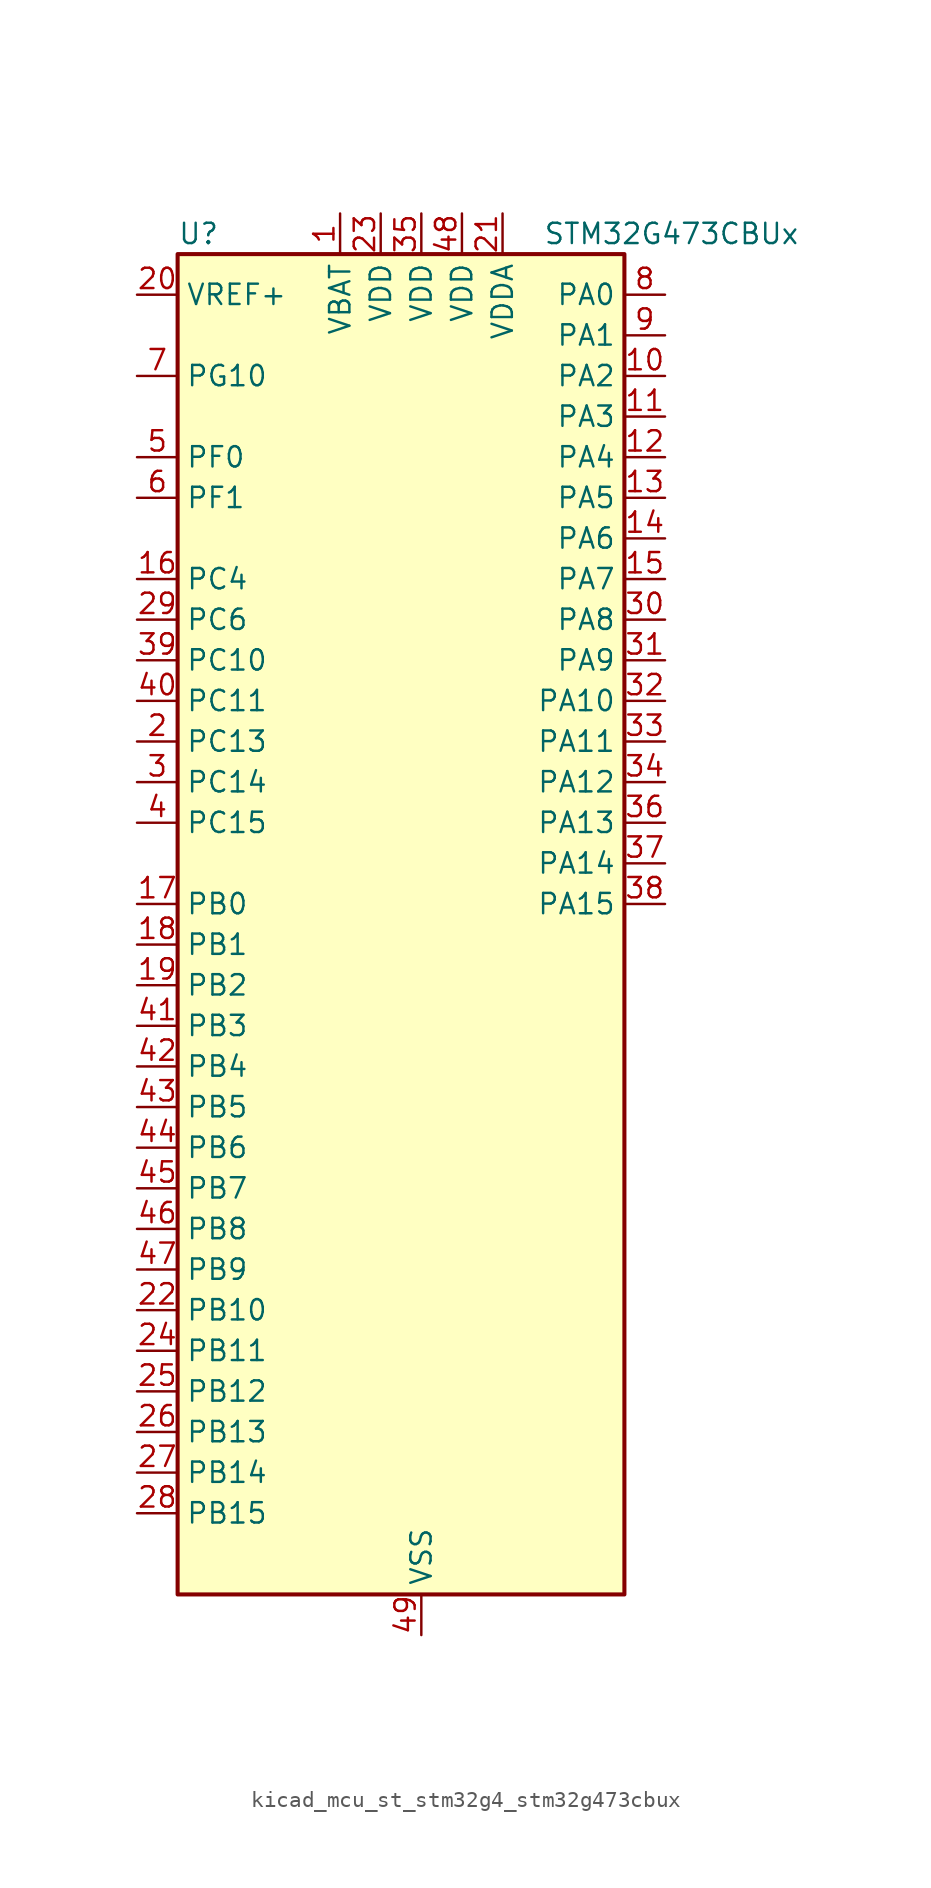
<source format=kicad_sym>
(kicad_symbol_lib
  (version 20220914)
  (generator kicad_symbol_editor)
  (symbol "kicad_mcu_st_stm32g4_stm32g473cbux"
    (property "Reference" "U"
      (at -12.7 44.45 0)
      (effects (font (size 1.27 1.27)) (justify left)))
    (property "Value" "STM32G473CBUx"
      (at 10.16 44.45 0)
      (effects (font (size 1.27 1.27)) (justify left)))
    (property "ki_locked" ""
      (at 0 0 0)
      (effects (font (size 1.27 1.27))))
    (symbol "kicad_mcu_st_stm32g4_stm32g473cbux_0_1"
      (rectangle (start -12.7 -40.64) (end 15.24 43.18) (stroke (width 0.254) (type default)) (fill (type background))))
    (symbol "kicad_mcu_st_stm32g4_stm32g473cbux_1_1"
      (pin power_in line (at -2.54 45.72 270) (length 2.54) (name "VBAT" (effects (font (size 1.27 1.27)))) (number "1" (effects (font (size 1.27 1.27)))))
      (pin bidirectional line (at 17.78 35.56 180) (length 2.54) (name "PA2" (effects (font (size 1.27 1.27)))) (number "10" (effects (font (size 1.27 1.27)))) (alternate "ADC1_IN3" bidirectional line) (alternate "ADC3_EXTI2" bidirectional line) (alternate "ADC4_EXTI2" bidirectional line) (alternate "ADC5_EXTI2" bidirectional line) (alternate "COMP2_INM" bidirectional line) (alternate "COMP2_OUT" bidirectional line) (alternate "LPUART1_TX" bidirectional line) (alternate "OPAMP1_VOUT" bidirectional line) (alternate "QUADSPI1_BK1_NCS" bidirectional line) (alternate "RCC_LSCO" bidirectional line) (alternate "SYS_WKUP4" bidirectional line) (alternate "TIM15_CH1" bidirectional line) (alternate "TIM2_CH3" bidirectional line) (alternate "TIM5_CH3" bidirectional line) (alternate "UCPD1_FRSTX1" bidirectional line) (alternate "UCPD1_FRSTX2" bidirectional line) (alternate "USART2_TX" bidirectional line))
      (pin bidirectional line (at 17.78 33.02 180) (length 2.54) (name "PA3" (effects (font (size 1.27 1.27)))) (number "11" (effects (font (size 1.27 1.27)))) (alternate "ADC1_IN4" bidirectional line) (alternate "ADC3_EXTI3" bidirectional line) (alternate "ADC4_EXTI3" bidirectional line) (alternate "ADC5_EXTI3" bidirectional line) (alternate "COMP2_INP" bidirectional line) (alternate "LPUART1_RX" bidirectional line) (alternate "OPAMP1_VINM" bidirectional line) (alternate "OPAMP1_VINM0" bidirectional line) (alternate "OPAMP1_VINM_SEC" bidirectional line) (alternate "OPAMP1_VINP" bidirectional line) (alternate "OPAMP1_VINP_SEC" bidirectional line) (alternate "OPAMP5_VINM" bidirectional line) (alternate "OPAMP5_VINM1" bidirectional line) (alternate "OPAMP5_VINM_SEC" bidirectional line) (alternate "QUADSPI1_CLK" bidirectional line) (alternate "SAI1_CK1" bidirectional line) (alternate "SAI1_MCLK_A" bidirectional line) (alternate "TIM15_CH2" bidirectional line) (alternate "TIM2_CH4" bidirectional line) (alternate "TIM5_CH4" bidirectional line) (alternate "USART2_RX" bidirectional line))
      (pin bidirectional line (at 17.78 30.48 180) (length 2.54) (name "PA4" (effects (font (size 1.27 1.27)))) (number "12" (effects (font (size 1.27 1.27)))) (alternate "ADC2_IN17" bidirectional line) (alternate "COMP1_INM" bidirectional line) (alternate "DAC1_OUT1" bidirectional line) (alternate "I2S3_WS" bidirectional line) (alternate "SAI1_FS_B" bidirectional line) (alternate "SPI1_NSS" bidirectional line) (alternate "SPI3_NSS" bidirectional line) (alternate "TIM3_CH2" bidirectional line) (alternate "USART2_CK" bidirectional line))
      (pin bidirectional line (at 17.78 27.94 180) (length 2.54) (name "PA5" (effects (font (size 1.27 1.27)))) (number "13" (effects (font (size 1.27 1.27)))) (alternate "ADC2_IN13" bidirectional line) (alternate "COMP2_INM" bidirectional line) (alternate "DAC1_OUT2" bidirectional line) (alternate "OPAMP2_VINM" bidirectional line) (alternate "OPAMP2_VINM0" bidirectional line) (alternate "OPAMP2_VINM_SEC" bidirectional line) (alternate "SPI1_SCK" bidirectional line) (alternate "TIM2_CH1" bidirectional line) (alternate "TIM2_ETR" bidirectional line) (alternate "UCPD1_FRSTX1" bidirectional line) (alternate "UCPD1_FRSTX2" bidirectional line))
      (pin bidirectional line (at 17.78 25.4 180) (length 2.54) (name "PA6" (effects (font (size 1.27 1.27)))) (number "14" (effects (font (size 1.27 1.27)))) (alternate "ADC2_IN3" bidirectional line) (alternate "COMP1_OUT" bidirectional line) (alternate "DAC2_OUT1" bidirectional line) (alternate "LPUART1_CTS" bidirectional line) (alternate "OPAMP2_VOUT" bidirectional line) (alternate "QUADSPI1_BK1_IO3" bidirectional line) (alternate "SPI1_MISO" bidirectional line) (alternate "TIM16_CH1" bidirectional line) (alternate "TIM1_BKIN" bidirectional line) (alternate "TIM3_CH1" bidirectional line) (alternate "TIM8_BKIN" bidirectional line))
      (pin bidirectional line (at 17.78 22.86 180) (length 2.54) (name "PA7" (effects (font (size 1.27 1.27)))) (number "15" (effects (font (size 1.27 1.27)))) (alternate "ADC2_IN4" bidirectional line) (alternate "COMP2_INP" bidirectional line) (alternate "COMP2_OUT" bidirectional line) (alternate "OPAMP1_VINP" bidirectional line) (alternate "OPAMP1_VINP_SEC" bidirectional line) (alternate "OPAMP2_VINP" bidirectional line) (alternate "OPAMP2_VINP_SEC" bidirectional line) (alternate "QUADSPI1_BK1_IO2" bidirectional line) (alternate "SPI1_MOSI" bidirectional line) (alternate "TIM17_CH1" bidirectional line) (alternate "TIM1_CH1N" bidirectional line) (alternate "TIM3_CH2" bidirectional line) (alternate "TIM8_CH1N" bidirectional line) (alternate "UCPD1_FRSTX1" bidirectional line) (alternate "UCPD1_FRSTX2" bidirectional line))
      (pin bidirectional line (at -15.24 22.86 0) (length 2.54) (name "PC4" (effects (font (size 1.27 1.27)))) (number "16" (effects (font (size 1.27 1.27)))) (alternate "ADC2_IN5" bidirectional line) (alternate "I2C2_SCL" bidirectional line) (alternate "QUADSPI1_BK2_IO3" bidirectional line) (alternate "TIM1_ETR" bidirectional line) (alternate "USART1_TX" bidirectional line))
      (pin bidirectional line (at -15.24 2.54 0) (length 2.54) (name "PB0" (effects (font (size 1.27 1.27)))) (number "17" (effects (font (size 1.27 1.27)))) (alternate "ADC1_IN15" bidirectional line) (alternate "ADC3_IN12" bidirectional line) (alternate "COMP4_INP" bidirectional line) (alternate "OPAMP2_VINP" bidirectional line) (alternate "OPAMP2_VINP_SEC" bidirectional line) (alternate "OPAMP3_VINP" bidirectional line) (alternate "OPAMP3_VINP_SEC" bidirectional line) (alternate "QUADSPI1_BK1_IO1" bidirectional line) (alternate "TIM1_CH2N" bidirectional line) (alternate "TIM3_CH3" bidirectional line) (alternate "TIM8_CH2N" bidirectional line) (alternate "UCPD1_FRSTX1" bidirectional line) (alternate "UCPD1_FRSTX2" bidirectional line))
      (pin bidirectional line (at -15.24 0 0) (length 2.54) (name "PB1" (effects (font (size 1.27 1.27)))) (number "18" (effects (font (size 1.27 1.27)))) (alternate "ADC1_IN12" bidirectional line) (alternate "ADC3_IN1" bidirectional line) (alternate "COMP1_INP" bidirectional line) (alternate "COMP4_OUT" bidirectional line) (alternate "LPUART1_DE" bidirectional line) (alternate "LPUART1_RTS" bidirectional line) (alternate "OPAMP3_VOUT" bidirectional line) (alternate "OPAMP6_VINM" bidirectional line) (alternate "OPAMP6_VINM1" bidirectional line) (alternate "OPAMP6_VINM_SEC" bidirectional line) (alternate "QUADSPI1_BK1_IO0" bidirectional line) (alternate "TIM1_CH3N" bidirectional line) (alternate "TIM3_CH4" bidirectional line) (alternate "TIM8_CH3N" bidirectional line))
      (pin bidirectional line (at -15.24 -2.54 0) (length 2.54) (name "PB2" (effects (font (size 1.27 1.27)))) (number "19" (effects (font (size 1.27 1.27)))) (alternate "ADC2_IN12" bidirectional line) (alternate "ADC3_EXTI2" bidirectional line) (alternate "ADC4_EXTI2" bidirectional line) (alternate "ADC5_EXTI2" bidirectional line) (alternate "COMP4_INM" bidirectional line) (alternate "I2C3_SMBA" bidirectional line) (alternate "LPTIM1_OUT" bidirectional line) (alternate "OPAMP3_VINM" bidirectional line) (alternate "OPAMP3_VINM0" bidirectional line) (alternate "OPAMP3_VINM_SEC" bidirectional line) (alternate "QUADSPI1_BK2_IO1" bidirectional line) (alternate "RTC_OUT2" bidirectional line) (alternate "TIM20_CH1" bidirectional line) (alternate "TIM5_CH1" bidirectional line))
      (pin bidirectional line (at -15.24 12.7 0) (length 2.54) (name "PC13" (effects (font (size 1.27 1.27)))) (number "2" (effects (font (size 1.27 1.27)))) (alternate "RTC_OUT1" bidirectional line) (alternate "RTC_TAMP1" bidirectional line) (alternate "RTC_TS" bidirectional line) (alternate "SYS_WKUP2" bidirectional line) (alternate "TIM1_BKIN" bidirectional line) (alternate "TIM1_CH1N" bidirectional line) (alternate "TIM8_CH4N" bidirectional line))
      (pin input line (at -15.24 40.64 0) (length 2.54) (name "VREF+" (effects (font (size 1.27 1.27)))) (number "20" (effects (font (size 1.27 1.27)))) (alternate "VREFBUF_OUT" bidirectional line))
      (pin power_in line (at 7.62 45.72 270) (length 2.54) (name "VDDA" (effects (font (size 1.27 1.27)))) (number "21" (effects (font (size 1.27 1.27)))))
      (pin bidirectional line (at -15.24 -22.86 0) (length 2.54) (name "PB10" (effects (font (size 1.27 1.27)))) (number "22" (effects (font (size 1.27 1.27)))) (alternate "COMP5_INM" bidirectional line) (alternate "DAC1_EXTI10" bidirectional line) (alternate "DAC2_EXTI10" bidirectional line) (alternate "DAC3_EXTI10" bidirectional line) (alternate "DAC4_EXTI10" bidirectional line) (alternate "LPUART1_RX" bidirectional line) (alternate "OPAMP3_VINM" bidirectional line) (alternate "OPAMP3_VINM1" bidirectional line) (alternate "OPAMP3_VINM_SEC" bidirectional line) (alternate "OPAMP4_VINM" bidirectional line) (alternate "OPAMP4_VINM0" bidirectional line) (alternate "OPAMP4_VINM_SEC" bidirectional line) (alternate "QUADSPI1_CLK" bidirectional line) (alternate "SAI1_SCK_A" bidirectional line) (alternate "TIM1_BKIN" bidirectional line) (alternate "TIM2_CH3" bidirectional line) (alternate "USART3_TX" bidirectional line))
      (pin power_in line (at 0 45.72 270) (length 2.54) (name "VDD" (effects (font (size 1.27 1.27)))) (number "23" (effects (font (size 1.27 1.27)))))
      (pin bidirectional line (at -15.24 -25.4 0) (length 2.54) (name "PB11" (effects (font (size 1.27 1.27)))) (number "24" (effects (font (size 1.27 1.27)))) (alternate "ADC1_EXTI11" bidirectional line) (alternate "ADC1_IN14" bidirectional line) (alternate "ADC2_EXTI11" bidirectional line) (alternate "ADC2_IN14" bidirectional line) (alternate "COMP6_INP" bidirectional line) (alternate "LPUART1_TX" bidirectional line) (alternate "OPAMP4_VINP" bidirectional line) (alternate "OPAMP4_VINP_SEC" bidirectional line) (alternate "OPAMP6_VOUT" bidirectional line) (alternate "QUADSPI1_BK1_NCS" bidirectional line) (alternate "TIM2_CH4" bidirectional line) (alternate "USART3_RX" bidirectional line))
      (pin bidirectional line (at -15.24 -27.94 0) (length 2.54) (name "PB12" (effects (font (size 1.27 1.27)))) (number "25" (effects (font (size 1.27 1.27)))) (alternate "ADC1_IN11" bidirectional line) (alternate "ADC4_IN3" bidirectional line) (alternate "COMP7_INM" bidirectional line) (alternate "FDCAN2_RX" bidirectional line) (alternate "I2C2_SMBA" bidirectional line) (alternate "I2S2_WS" bidirectional line) (alternate "LPUART1_DE" bidirectional line) (alternate "LPUART1_RTS" bidirectional line) (alternate "OPAMP4_VOUT" bidirectional line) (alternate "OPAMP6_VINP" bidirectional line) (alternate "OPAMP6_VINP_SEC" bidirectional line) (alternate "SPI2_NSS" bidirectional line) (alternate "TIM1_BKIN" bidirectional line) (alternate "TIM5_ETR" bidirectional line) (alternate "USART3_CK" bidirectional line))
      (pin bidirectional line (at -15.24 -30.48 0) (length 2.54) (name "PB13" (effects (font (size 1.27 1.27)))) (number "26" (effects (font (size 1.27 1.27)))) (alternate "ADC3_IN5" bidirectional line) (alternate "COMP5_INP" bidirectional line) (alternate "FDCAN2_TX" bidirectional line) (alternate "I2S2_CK" bidirectional line) (alternate "LPUART1_CTS" bidirectional line) (alternate "OPAMP3_VINP" bidirectional line) (alternate "OPAMP3_VINP_SEC" bidirectional line) (alternate "OPAMP4_VINP" bidirectional line) (alternate "OPAMP4_VINP_SEC" bidirectional line) (alternate "OPAMP6_VINP" bidirectional line) (alternate "OPAMP6_VINP_SEC" bidirectional line) (alternate "SPI2_SCK" bidirectional line) (alternate "TIM1_CH1N" bidirectional line) (alternate "USART3_CTS" bidirectional line) (alternate "USART3_NSS" bidirectional line))
      (pin bidirectional line (at -15.24 -33.02 0) (length 2.54) (name "PB14" (effects (font (size 1.27 1.27)))) (number "27" (effects (font (size 1.27 1.27)))) (alternate "ADC1_IN5" bidirectional line) (alternate "ADC4_IN4" bidirectional line) (alternate "COMP4_OUT" bidirectional line) (alternate "COMP7_INP" bidirectional line) (alternate "OPAMP2_VINP" bidirectional line) (alternate "OPAMP2_VINP_SEC" bidirectional line) (alternate "OPAMP5_VINP" bidirectional line) (alternate "OPAMP5_VINP_SEC" bidirectional line) (alternate "SPI2_MISO" bidirectional line) (alternate "TIM15_CH1" bidirectional line) (alternate "TIM1_CH2N" bidirectional line) (alternate "USART3_DE" bidirectional line) (alternate "USART3_RTS" bidirectional line))
      (pin bidirectional line (at -15.24 -35.56 0) (length 2.54) (name "PB15" (effects (font (size 1.27 1.27)))) (number "28" (effects (font (size 1.27 1.27)))) (alternate "ADC1_EXTI15" bidirectional line) (alternate "ADC2_EXTI15" bidirectional line) (alternate "ADC2_IN15" bidirectional line) (alternate "ADC4_IN5" bidirectional line) (alternate "COMP3_OUT" bidirectional line) (alternate "COMP6_INM" bidirectional line) (alternate "I2S2_SD" bidirectional line) (alternate "OPAMP5_VINM" bidirectional line) (alternate "OPAMP5_VINM0" bidirectional line) (alternate "OPAMP5_VINM_SEC" bidirectional line) (alternate "RTC_REFIN" bidirectional line) (alternate "SPI2_MOSI" bidirectional line) (alternate "TIM15_CH1N" bidirectional line) (alternate "TIM15_CH2" bidirectional line) (alternate "TIM1_CH3N" bidirectional line))
      (pin bidirectional line (at -15.24 20.32 0) (length 2.54) (name "PC6" (effects (font (size 1.27 1.27)))) (number "29" (effects (font (size 1.27 1.27)))) (alternate "COMP6_OUT" bidirectional line) (alternate "I2C4_SCL" bidirectional line) (alternate "I2S2_MCK" bidirectional line) (alternate "TIM3_CH1" bidirectional line) (alternate "TIM8_CH1" bidirectional line))
      (pin bidirectional line (at -15.24 10.16 0) (length 2.54) (name "PC14" (effects (font (size 1.27 1.27)))) (number "3" (effects (font (size 1.27 1.27)))) (alternate "RCC_OSC32_IN" bidirectional line))
      (pin bidirectional line (at 17.78 20.32 180) (length 2.54) (name "PA8" (effects (font (size 1.27 1.27)))) (number "30" (effects (font (size 1.27 1.27)))) (alternate "ADC5_IN1" bidirectional line) (alternate "COMP7_OUT" bidirectional line) (alternate "FDCAN3_RX" bidirectional line) (alternate "I2C2_SDA" bidirectional line) (alternate "I2C3_SCL" bidirectional line) (alternate "I2S2_MCK" bidirectional line) (alternate "OPAMP5_VOUT" bidirectional line) (alternate "RCC_MCO" bidirectional line) (alternate "SAI1_CK2" bidirectional line) (alternate "SAI1_SCK_A" bidirectional line) (alternate "TIM1_CH1" bidirectional line) (alternate "TIM4_ETR" bidirectional line) (alternate "USART1_CK" bidirectional line))
      (pin bidirectional line (at 17.78 17.78 180) (length 2.54) (name "PA9" (effects (font (size 1.27 1.27)))) (number "31" (effects (font (size 1.27 1.27)))) (alternate "ADC5_IN2" bidirectional line) (alternate "COMP5_OUT" bidirectional line) (alternate "DAC1_EXTI9" bidirectional line) (alternate "DAC2_EXTI9" bidirectional line) (alternate "DAC3_EXTI9" bidirectional line) (alternate "DAC4_EXTI9" bidirectional line) (alternate "I2C2_SCL" bidirectional line) (alternate "I2C3_SMBA" bidirectional line) (alternate "I2S3_MCK" bidirectional line) (alternate "SAI1_FS_A" bidirectional line) (alternate "TIM15_BKIN" bidirectional line) (alternate "TIM1_CH2" bidirectional line) (alternate "TIM2_CH3" bidirectional line) (alternate "UCPD1_DBCC1" bidirectional line) (alternate "USART1_TX" bidirectional line))
      (pin bidirectional line (at 17.78 15.24 180) (length 2.54) (name "PA10" (effects (font (size 1.27 1.27)))) (number "32" (effects (font (size 1.27 1.27)))) (alternate "COMP6_OUT" bidirectional line) (alternate "CRS_SYNC" bidirectional line) (alternate "DAC1_EXTI10" bidirectional line) (alternate "DAC2_EXTI10" bidirectional line) (alternate "DAC3_EXTI10" bidirectional line) (alternate "DAC4_EXTI10" bidirectional line) (alternate "I2C2_SMBA" bidirectional line) (alternate "SAI1_D1" bidirectional line) (alternate "SAI1_SD_A" bidirectional line) (alternate "SPI2_MISO" bidirectional line) (alternate "TIM17_BKIN" bidirectional line) (alternate "TIM1_CH3" bidirectional line) (alternate "TIM2_CH4" bidirectional line) (alternate "TIM8_BKIN" bidirectional line) (alternate "UCPD1_DBCC2" bidirectional line) (alternate "USART1_RX" bidirectional line))
      (pin bidirectional line (at 17.78 12.7 180) (length 2.54) (name "PA11" (effects (font (size 1.27 1.27)))) (number "33" (effects (font (size 1.27 1.27)))) (alternate "ADC1_EXTI11" bidirectional line) (alternate "ADC2_EXTI11" bidirectional line) (alternate "COMP1_OUT" bidirectional line) (alternate "FDCAN1_RX" bidirectional line) (alternate "I2S2_SD" bidirectional line) (alternate "SPI2_MOSI" bidirectional line) (alternate "TIM1_BKIN2" bidirectional line) (alternate "TIM1_CH1N" bidirectional line) (alternate "TIM1_CH4" bidirectional line) (alternate "TIM4_CH1" bidirectional line) (alternate "USART1_CTS" bidirectional line) (alternate "USART1_NSS" bidirectional line) (alternate "USB_DM" bidirectional line))
      (pin bidirectional line (at 17.78 10.16 180) (length 2.54) (name "PA12" (effects (font (size 1.27 1.27)))) (number "34" (effects (font (size 1.27 1.27)))) (alternate "COMP2_OUT" bidirectional line) (alternate "FDCAN1_TX" bidirectional line) (alternate "I2S_CKIN" bidirectional line) (alternate "TIM16_CH1" bidirectional line) (alternate "TIM1_CH2N" bidirectional line) (alternate "TIM1_ETR" bidirectional line) (alternate "TIM4_CH2" bidirectional line) (alternate "USART1_DE" bidirectional line) (alternate "USART1_RTS" bidirectional line) (alternate "USB_DP" bidirectional line))
      (pin power_in line (at 2.54 45.72 270) (length 2.54) (name "VDD" (effects (font (size 1.27 1.27)))) (number "35" (effects (font (size 1.27 1.27)))))
      (pin bidirectional line (at 17.78 7.62 180) (length 2.54) (name "PA13" (effects (font (size 1.27 1.27)))) (number "36" (effects (font (size 1.27 1.27)))) (alternate "I2C1_SCL" bidirectional line) (alternate "I2C4_SCL" bidirectional line) (alternate "IR_OUT" bidirectional line) (alternate "SAI1_SD_B" bidirectional line) (alternate "SYS_JTMS-SWDIO" bidirectional line) (alternate "TIM16_CH1N" bidirectional line) (alternate "TIM4_CH3" bidirectional line) (alternate "USART3_CTS" bidirectional line) (alternate "USART3_NSS" bidirectional line))
      (pin bidirectional line (at 17.78 5.08 180) (length 2.54) (name "PA14" (effects (font (size 1.27 1.27)))) (number "37" (effects (font (size 1.27 1.27)))) (alternate "I2C1_SDA" bidirectional line) (alternate "I2C4_SMBA" bidirectional line) (alternate "LPTIM1_OUT" bidirectional line) (alternate "SAI1_FS_B" bidirectional line) (alternate "SYS_JTCK-SWCLK" bidirectional line) (alternate "TIM1_BKIN" bidirectional line) (alternate "TIM8_CH2" bidirectional line) (alternate "USART2_TX" bidirectional line))
      (pin bidirectional line (at 17.78 2.54 180) (length 2.54) (name "PA15" (effects (font (size 1.27 1.27)))) (number "38" (effects (font (size 1.27 1.27)))) (alternate "ADC1_EXTI15" bidirectional line) (alternate "ADC2_EXTI15" bidirectional line) (alternate "FDCAN3_TX" bidirectional line) (alternate "I2C1_SCL" bidirectional line) (alternate "I2S3_WS" bidirectional line) (alternate "SPI1_NSS" bidirectional line) (alternate "SPI3_NSS" bidirectional line) (alternate "SYS_JTDI" bidirectional line) (alternate "TIM1_BKIN" bidirectional line) (alternate "TIM2_CH1" bidirectional line) (alternate "TIM2_ETR" bidirectional line) (alternate "TIM8_CH1" bidirectional line) (alternate "UART4_DE" bidirectional line) (alternate "UART4_RTS" bidirectional line) (alternate "USART2_RX" bidirectional line))
      (pin bidirectional line (at -15.24 17.78 0) (length 2.54) (name "PC10" (effects (font (size 1.27 1.27)))) (number "39" (effects (font (size 1.27 1.27)))) (alternate "DAC1_EXTI10" bidirectional line) (alternate "DAC2_EXTI10" bidirectional line) (alternate "DAC3_EXTI10" bidirectional line) (alternate "DAC4_EXTI10" bidirectional line) (alternate "I2S3_CK" bidirectional line) (alternate "SPI3_SCK" bidirectional line) (alternate "TIM8_CH1N" bidirectional line) (alternate "UART4_TX" bidirectional line) (alternate "USART3_TX" bidirectional line))
      (pin bidirectional line (at -15.24 7.62 0) (length 2.54) (name "PC15" (effects (font (size 1.27 1.27)))) (number "4" (effects (font (size 1.27 1.27)))) (alternate "ADC1_EXTI15" bidirectional line) (alternate "ADC2_EXTI15" bidirectional line) (alternate "RCC_OSC32_OUT" bidirectional line))
      (pin bidirectional line (at -15.24 15.24 0) (length 2.54) (name "PC11" (effects (font (size 1.27 1.27)))) (number "40" (effects (font (size 1.27 1.27)))) (alternate "ADC1_EXTI11" bidirectional line) (alternate "ADC2_EXTI11" bidirectional line) (alternate "I2C3_SDA" bidirectional line) (alternate "SPI3_MISO" bidirectional line) (alternate "TIM8_CH2N" bidirectional line) (alternate "UART4_RX" bidirectional line) (alternate "USART3_RX" bidirectional line))
      (pin bidirectional line (at -15.24 -5.08 0) (length 2.54) (name "PB3" (effects (font (size 1.27 1.27)))) (number "41" (effects (font (size 1.27 1.27)))) (alternate "ADC3_EXTI3" bidirectional line) (alternate "ADC4_EXTI3" bidirectional line) (alternate "ADC5_EXTI3" bidirectional line) (alternate "CRS_SYNC" bidirectional line) (alternate "FDCAN3_RX" bidirectional line) (alternate "I2S3_CK" bidirectional line) (alternate "SAI1_SCK_B" bidirectional line) (alternate "SPI1_SCK" bidirectional line) (alternate "SPI3_SCK" bidirectional line) (alternate "SYS_JTDO-SWO" bidirectional line) (alternate "TIM2_CH2" bidirectional line) (alternate "TIM3_ETR" bidirectional line) (alternate "TIM4_ETR" bidirectional line) (alternate "TIM8_CH1N" bidirectional line) (alternate "USART2_TX" bidirectional line))
      (pin bidirectional line (at -15.24 -7.62 0) (length 2.54) (name "PB4" (effects (font (size 1.27 1.27)))) (number "42" (effects (font (size 1.27 1.27)))) (alternate "FDCAN3_TX" bidirectional line) (alternate "SAI1_MCLK_B" bidirectional line) (alternate "SPI1_MISO" bidirectional line) (alternate "SPI3_MISO" bidirectional line) (alternate "SYS_JTRST" bidirectional line) (alternate "TIM16_CH1" bidirectional line) (alternate "TIM17_BKIN" bidirectional line) (alternate "TIM3_CH1" bidirectional line) (alternate "TIM8_CH2N" bidirectional line) (alternate "UCPD1_CC2" bidirectional line) (alternate "USART2_RX" bidirectional line))
      (pin bidirectional line (at -15.24 -10.16 0) (length 2.54) (name "PB5" (effects (font (size 1.27 1.27)))) (number "43" (effects (font (size 1.27 1.27)))) (alternate "FDCAN2_RX" bidirectional line) (alternate "I2C1_SMBA" bidirectional line) (alternate "I2C3_SDA" bidirectional line) (alternate "I2S3_SD" bidirectional line) (alternate "LPTIM1_IN1" bidirectional line) (alternate "SAI1_SD_B" bidirectional line) (alternate "SPI1_MOSI" bidirectional line) (alternate "SPI3_MOSI" bidirectional line) (alternate "TIM16_BKIN" bidirectional line) (alternate "TIM17_CH1" bidirectional line) (alternate "TIM3_CH2" bidirectional line) (alternate "TIM8_CH3N" bidirectional line) (alternate "USART2_CK" bidirectional line))
      (pin bidirectional line (at -15.24 -12.7 0) (length 2.54) (name "PB6" (effects (font (size 1.27 1.27)))) (number "44" (effects (font (size 1.27 1.27)))) (alternate "COMP4_OUT" bidirectional line) (alternate "FDCAN2_TX" bidirectional line) (alternate "LPTIM1_ETR" bidirectional line) (alternate "SAI1_FS_B" bidirectional line) (alternate "TIM16_CH1N" bidirectional line) (alternate "TIM4_CH1" bidirectional line) (alternate "TIM8_BKIN2" bidirectional line) (alternate "TIM8_CH1" bidirectional line) (alternate "TIM8_ETR" bidirectional line) (alternate "UCPD1_CC1" bidirectional line) (alternate "USART1_TX" bidirectional line))
      (pin bidirectional line (at -15.24 -15.24 0) (length 2.54) (name "PB7" (effects (font (size 1.27 1.27)))) (number "45" (effects (font (size 1.27 1.27)))) (alternate "COMP3_OUT" bidirectional line) (alternate "I2C1_SDA" bidirectional line) (alternate "I2C4_SDA" bidirectional line) (alternate "LPTIM1_IN2" bidirectional line) (alternate "SYS_PVD_IN" bidirectional line) (alternate "TIM17_CH1N" bidirectional line) (alternate "TIM3_CH4" bidirectional line) (alternate "TIM4_CH2" bidirectional line) (alternate "TIM8_BKIN" bidirectional line) (alternate "UART4_CTS" bidirectional line) (alternate "USART1_RX" bidirectional line))
      (pin bidirectional line (at -15.24 -17.78 0) (length 2.54) (name "PB8" (effects (font (size 1.27 1.27)))) (number "46" (effects (font (size 1.27 1.27)))) (alternate "COMP1_OUT" bidirectional line) (alternate "FDCAN1_RX" bidirectional line) (alternate "I2C1_SCL" bidirectional line) (alternate "SAI1_CK1" bidirectional line) (alternate "SAI1_MCLK_A" bidirectional line) (alternate "TIM16_CH1" bidirectional line) (alternate "TIM1_BKIN" bidirectional line) (alternate "TIM4_CH3" bidirectional line) (alternate "TIM8_CH2" bidirectional line) (alternate "USART3_RX" bidirectional line))
      (pin bidirectional line (at -15.24 -20.32 0) (length 2.54) (name "PB9" (effects (font (size 1.27 1.27)))) (number "47" (effects (font (size 1.27 1.27)))) (alternate "COMP2_OUT" bidirectional line) (alternate "DAC1_EXTI9" bidirectional line) (alternate "DAC2_EXTI9" bidirectional line) (alternate "DAC3_EXTI9" bidirectional line) (alternate "DAC4_EXTI9" bidirectional line) (alternate "FDCAN1_TX" bidirectional line) (alternate "I2C1_SDA" bidirectional line) (alternate "IR_OUT" bidirectional line) (alternate "SAI1_D2" bidirectional line) (alternate "SAI1_FS_A" bidirectional line) (alternate "TIM17_CH1" bidirectional line) (alternate "TIM1_CH3N" bidirectional line) (alternate "TIM4_CH4" bidirectional line) (alternate "TIM8_CH3" bidirectional line) (alternate "USART3_TX" bidirectional line))
      (pin power_in line (at 5.08 45.72 270) (length 2.54) (name "VDD" (effects (font (size 1.27 1.27)))) (number "48" (effects (font (size 1.27 1.27)))))
      (pin power_in line (at 2.54 -43.18 90) (length 2.54) (name "VSS" (effects (font (size 1.27 1.27)))) (number "49" (effects (font (size 1.27 1.27)))))
      (pin bidirectional line (at -15.24 30.48 0) (length 2.54) (name "PF0" (effects (font (size 1.27 1.27)))) (number "5" (effects (font (size 1.27 1.27)))) (alternate "ADC1_IN10" bidirectional line) (alternate "I2C2_SDA" bidirectional line) (alternate "I2S2_WS" bidirectional line) (alternate "RCC_OSC_IN" bidirectional line) (alternate "SPI2_NSS" bidirectional line) (alternate "TIM1_CH3N" bidirectional line))
      (pin bidirectional line (at -15.24 27.94 0) (length 2.54) (name "PF1" (effects (font (size 1.27 1.27)))) (number "6" (effects (font (size 1.27 1.27)))) (alternate "ADC2_IN10" bidirectional line) (alternate "COMP3_INM" bidirectional line) (alternate "I2S2_CK" bidirectional line) (alternate "RCC_OSC_OUT" bidirectional line) (alternate "SPI2_SCK" bidirectional line))
      (pin bidirectional line (at -15.24 35.56 0) (length 2.54) (name "PG10" (effects (font (size 1.27 1.27)))) (number "7" (effects (font (size 1.27 1.27)))) (alternate "DAC1_EXTI10" bidirectional line) (alternate "DAC2_EXTI10" bidirectional line) (alternate "DAC3_EXTI10" bidirectional line) (alternate "DAC4_EXTI10" bidirectional line) (alternate "RCC_MCO" bidirectional line))
      (pin bidirectional line (at 17.78 40.64 180) (length 2.54) (name "PA0" (effects (font (size 1.27 1.27)))) (number "8" (effects (font (size 1.27 1.27)))) (alternate "ADC1_IN1" bidirectional line) (alternate "ADC2_IN1" bidirectional line) (alternate "COMP1_INM" bidirectional line) (alternate "COMP1_OUT" bidirectional line) (alternate "COMP3_INP" bidirectional line) (alternate "RTC_TAMP2" bidirectional line) (alternate "SYS_WKUP1" bidirectional line) (alternate "TIM2_CH1" bidirectional line) (alternate "TIM2_ETR" bidirectional line) (alternate "TIM5_CH1" bidirectional line) (alternate "TIM8_BKIN" bidirectional line) (alternate "TIM8_ETR" bidirectional line) (alternate "USART2_CTS" bidirectional line) (alternate "USART2_NSS" bidirectional line))
      (pin bidirectional line (at 17.78 38.1 180) (length 2.54) (name "PA1" (effects (font (size 1.27 1.27)))) (number "9" (effects (font (size 1.27 1.27)))) (alternate "ADC1_IN2" bidirectional line) (alternate "ADC2_IN2" bidirectional line) (alternate "COMP1_INP" bidirectional line) (alternate "OPAMP1_VINP" bidirectional line) (alternate "OPAMP1_VINP_SEC" bidirectional line) (alternate "OPAMP3_VINP" bidirectional line) (alternate "OPAMP3_VINP_SEC" bidirectional line) (alternate "OPAMP6_VINM" bidirectional line) (alternate "OPAMP6_VINM0" bidirectional line) (alternate "OPAMP6_VINM_SEC" bidirectional line) (alternate "RTC_REFIN" bidirectional line) (alternate "TIM15_CH1N" bidirectional line) (alternate "TIM2_CH2" bidirectional line) (alternate "TIM5_CH2" bidirectional line) (alternate "USART2_DE" bidirectional line) (alternate "USART2_RTS" bidirectional line)))))
</source>
